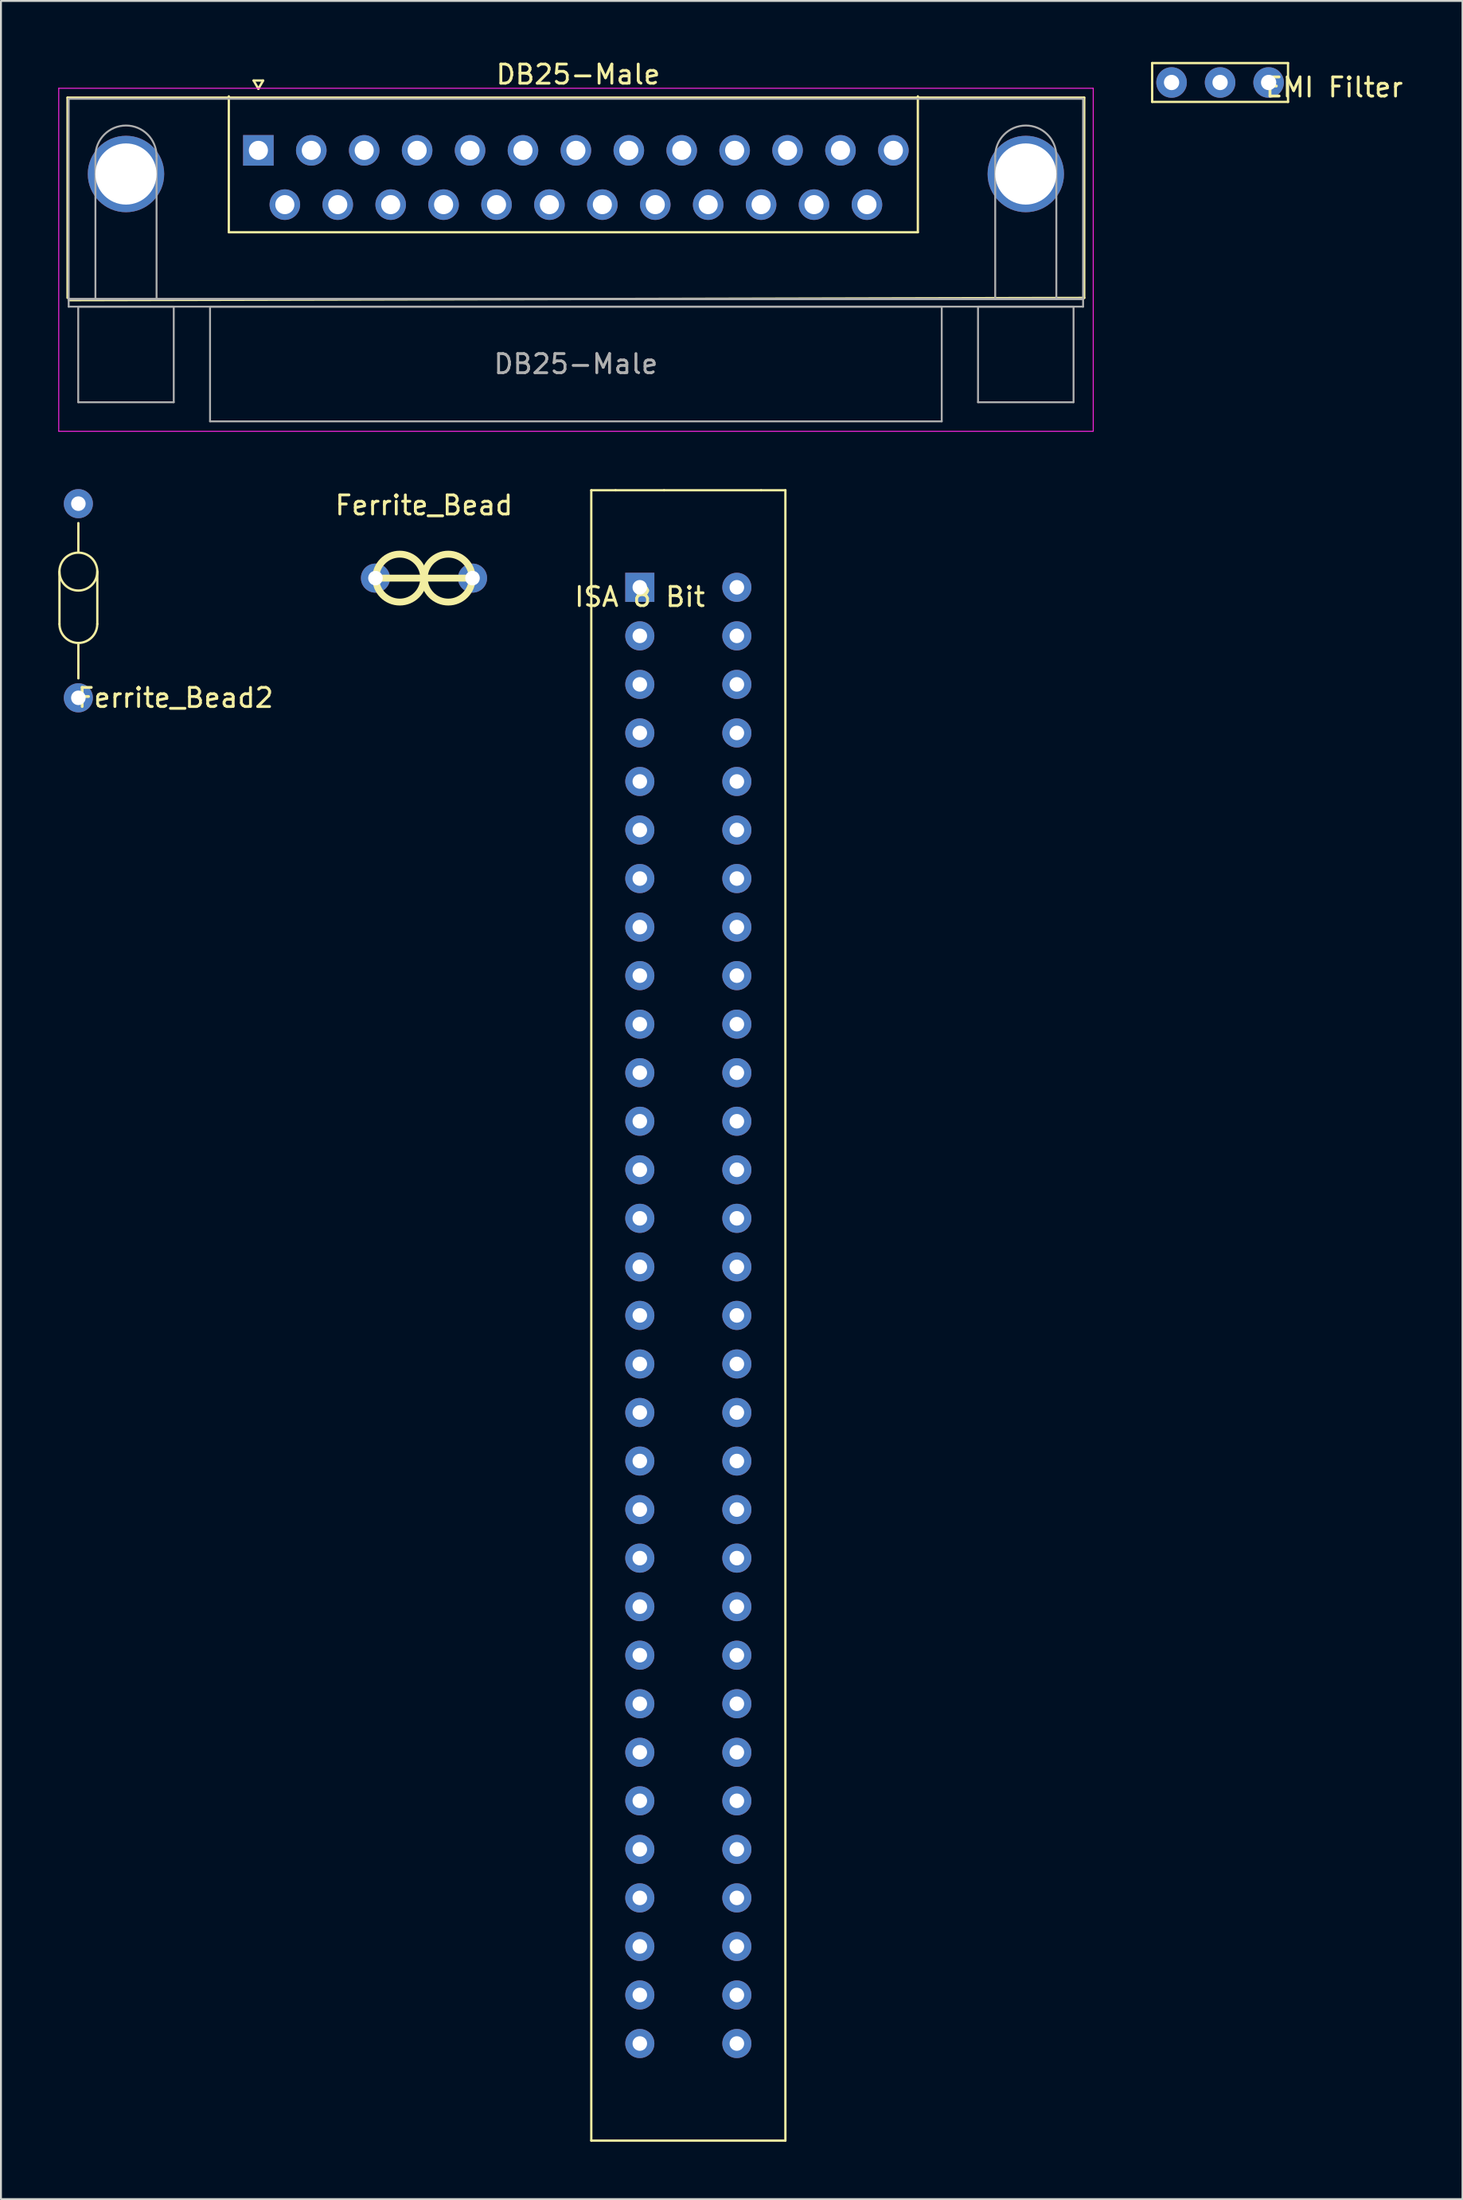
<source format=kicad_pcb>
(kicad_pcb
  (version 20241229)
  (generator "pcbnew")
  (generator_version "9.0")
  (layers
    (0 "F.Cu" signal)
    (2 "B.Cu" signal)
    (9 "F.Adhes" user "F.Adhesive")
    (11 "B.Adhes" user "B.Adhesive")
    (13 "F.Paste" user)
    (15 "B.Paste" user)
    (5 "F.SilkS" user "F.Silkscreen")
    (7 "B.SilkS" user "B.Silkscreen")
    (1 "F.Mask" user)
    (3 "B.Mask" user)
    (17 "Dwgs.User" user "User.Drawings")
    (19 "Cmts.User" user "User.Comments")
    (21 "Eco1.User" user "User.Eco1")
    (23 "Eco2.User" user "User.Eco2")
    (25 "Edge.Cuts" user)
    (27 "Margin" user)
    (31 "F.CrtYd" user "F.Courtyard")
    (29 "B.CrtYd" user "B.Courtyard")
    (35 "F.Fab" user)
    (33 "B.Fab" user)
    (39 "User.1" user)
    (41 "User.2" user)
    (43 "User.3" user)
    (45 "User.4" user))
  (footprint "ISA 8 Bit"
    (layer "F.Cu")
    (at 30.441 27.683)
    (property "Reference" "ISA 8 Bit" (at 0 0.5 0) (layer "F.SilkS") (effects (font (size 1 1) (thickness 0.15))))
    (attr through_hole)
    (fp_line (start -2.54 -5.08) (end -1.27 -5.08) (stroke (width 0.12) (type solid)) (layer "F.SilkS"))
    (fp_line (start -2.54 81.28) (end -2.54 -5.08) (stroke (width 0.12) (type solid)) (layer "F.SilkS"))
    (fp_line (start -2.54 81.28) (end 7.62 81.28) (stroke (width 0.12) (type solid)) (layer "F.SilkS"))
    (fp_line (start 1.27 -5.08) (end -1.27 -5.08) (stroke (width 0.12) (type solid)) (layer "F.SilkS"))
    (fp_line (start 6.35 -5.08) (end 1.27 -5.08) (stroke (width 0.12) (type solid)) (layer "F.SilkS"))
    (fp_line (start 7.62 -5.08) (end 6.35 -5.08) (stroke (width 0.12) (type solid)) (layer "F.SilkS"))
    (fp_line (start 7.62 -5.08) (end 7.62 81.28) (stroke (width 0.12) (type solid)) (layer "F.SilkS"))
    (pad "1" thru_hole rect (at 0 0) (size 1.524 1.524) (drill 0.762) (layers "*.Cu" "*.Mask"))
    (pad "2" thru_hole circle (at 5.08 0) (size 1.524 1.524) (drill 0.762) (layers "*.Cu" "*.Mask"))
    (pad "3" thru_hole circle (at 0 2.54) (size 1.524 1.524) (drill 0.762) (layers "*.Cu" "*.Mask"))
    (pad "4" thru_hole circle (at 5.08 2.54) (size 1.524 1.524) (drill 0.762) (layers "*.Cu" "*.Mask"))
    (pad "5" thru_hole circle (at 0 5.08) (size 1.524 1.524) (drill 0.762) (layers "*.Cu" "*.Mask"))
    (pad "6" thru_hole circle (at 5.08 5.08) (size 1.524 1.524) (drill 0.762) (layers "*.Cu" "*.Mask"))
    (pad "7" thru_hole circle (at 0 7.62) (size 1.524 1.524) (drill 0.762) (layers "*.Cu" "*.Mask"))
    (pad "8" thru_hole circle (at 5.08 7.62) (size 1.524 1.524) (drill 0.762) (layers "*.Cu" "*.Mask"))
    (pad "9" thru_hole circle (at 0 10.16) (size 1.524 1.524) (drill 0.762) (layers "*.Cu" "*.Mask"))
    (pad "10" thru_hole circle (at 5.08 10.16) (size 1.524 1.524) (drill 0.762) (layers "*.Cu" "*.Mask"))
    (pad "11" thru_hole circle (at 0 12.7) (size 1.524 1.524) (drill 0.762) (layers "*.Cu" "*.Mask"))
    (pad "12" thru_hole circle (at 5.08 12.7) (size 1.524 1.524) (drill 0.762) (layers "*.Cu" "*.Mask"))
    (pad "13" thru_hole circle (at 0 15.24) (size 1.524 1.524) (drill 0.762) (layers "*.Cu" "*.Mask"))
    (pad "14" thru_hole circle (at 5.08 15.24) (size 1.524 1.524) (drill 0.762) (layers "*.Cu" "*.Mask"))
    (pad "15" thru_hole circle (at 0 17.78) (size 1.524 1.524) (drill 0.762) (layers "*.Cu" "*.Mask"))
    (pad "16" thru_hole circle (at 5.08 17.78) (size 1.524 1.524) (drill 0.762) (layers "*.Cu" "*.Mask"))
    (pad "17" thru_hole circle (at 0 20.32) (size 1.524 1.524) (drill 0.762) (layers "*.Cu" "*.Mask"))
    (pad "18" thru_hole circle (at 5.08 20.32) (size 1.524 1.524) (drill 0.762) (layers "*.Cu" "*.Mask"))
    (pad "19" thru_hole circle (at 0 22.86) (size 1.524 1.524) (drill 0.762) (layers "*.Cu" "*.Mask"))
    (pad "20" thru_hole circle (at 5.08 22.86) (size 1.524 1.524) (drill 0.762) (layers "*.Cu" "*.Mask"))
    (pad "21" thru_hole circle (at 0 25.4) (size 1.524 1.524) (drill 0.762) (layers "*.Cu" "*.Mask"))
    (pad "22" thru_hole circle (at 5.08 25.4) (size 1.524 1.524) (drill 0.762) (layers "*.Cu" "*.Mask"))
    (pad "23" thru_hole circle (at 0 27.94) (size 1.524 1.524) (drill 0.762) (layers "*.Cu" "*.Mask"))
    (pad "24" thru_hole circle (at 5.08 27.94) (size 1.524 1.524) (drill 0.762) (layers "*.Cu" "*.Mask"))
    (pad "25" thru_hole circle (at 0 30.48) (size 1.524 1.524) (drill 0.762) (layers "*.Cu" "*.Mask"))
    (pad "26" thru_hole circle (at 5.08 30.48) (size 1.524 1.524) (drill 0.762) (layers "*.Cu" "*.Mask"))
    (pad "27" thru_hole circle (at 0 33.02) (size 1.524 1.524) (drill 0.762) (layers "*.Cu" "*.Mask"))
    (pad "28" thru_hole circle (at 5.08 33.02) (size 1.524 1.524) (drill 0.762) (layers "*.Cu" "*.Mask"))
    (pad "29" thru_hole circle (at 0 35.56) (size 1.524 1.524) (drill 0.762) (layers "*.Cu" "*.Mask"))
    (pad "30" thru_hole circle (at 5.08 35.56) (size 1.524 1.524) (drill 0.762) (layers "*.Cu" "*.Mask"))
    (pad "31" thru_hole circle (at 0 38.1) (size 1.524 1.524) (drill 0.762) (layers "*.Cu" "*.Mask"))
    (pad "32" thru_hole circle (at 5.08 38.1) (size 1.524 1.524) (drill 0.762) (layers "*.Cu" "*.Mask"))
    (pad "33" thru_hole circle (at 0 40.64) (size 1.524 1.524) (drill 0.762) (layers "*.Cu" "*.Mask"))
    (pad "34" thru_hole circle (at 5.08 40.64) (size 1.524 1.524) (drill 0.762) (layers "*.Cu" "*.Mask"))
    (pad "35" thru_hole circle (at 0 43.18) (size 1.524 1.524) (drill 0.762) (layers "*.Cu" "*.Mask"))
    (pad "36" thru_hole circle (at 5.08 43.18) (size 1.524 1.524) (drill 0.762) (layers "*.Cu" "*.Mask"))
    (pad "37" thru_hole circle (at 0 45.72) (size 1.524 1.524) (drill 0.762) (layers "*.Cu" "*.Mask"))
    (pad "38" thru_hole circle (at 5.08 45.72) (size 1.524 1.524) (drill 0.762) (layers "*.Cu" "*.Mask"))
    (pad "39" thru_hole circle (at 0 48.26) (size 1.524 1.524) (drill 0.762) (layers "*.Cu" "*.Mask"))
    (pad "40" thru_hole circle (at 5.08 48.26) (size 1.524 1.524) (drill 0.762) (layers "*.Cu" "*.Mask"))
    (pad "41" thru_hole circle (at 0 50.8) (size 1.524 1.524) (drill 0.762) (layers "*.Cu" "*.Mask"))
    (pad "42" thru_hole circle (at 5.08 50.8) (size 1.524 1.524) (drill 0.762) (layers "*.Cu" "*.Mask"))
    (pad "43" thru_hole circle (at 0 53.34) (size 1.524 1.524) (drill 0.762) (layers "*.Cu" "*.Mask"))
    (pad "44" thru_hole circle (at 5.08 53.34) (size 1.524 1.524) (drill 0.762) (layers "*.Cu" "*.Mask"))
    (pad "45" thru_hole circle (at 0 55.88) (size 1.524 1.524) (drill 0.762) (layers "*.Cu" "*.Mask"))
    (pad "46" thru_hole circle (at 5.08 55.88) (size 1.524 1.524) (drill 0.762) (layers "*.Cu" "*.Mask"))
    (pad "47" thru_hole circle (at 0 58.42) (size 1.524 1.524) (drill 0.762) (layers "*.Cu" "*.Mask"))
    (pad "48" thru_hole circle (at 5.08 58.42) (size 1.524 1.524) (drill 0.762) (layers "*.Cu" "*.Mask"))
    (pad "49" thru_hole circle (at 0 60.96) (size 1.524 1.524) (drill 0.762) (layers "*.Cu" "*.Mask"))
    (pad "50" thru_hole circle (at 5.08 60.96) (size 1.524 1.524) (drill 0.762) (layers "*.Cu" "*.Mask"))
    (pad "51" thru_hole circle (at 0 63.5) (size 1.524 1.524) (drill 0.762) (layers "*.Cu" "*.Mask"))
    (pad "52" thru_hole circle (at 5.08 63.5) (size 1.524 1.524) (drill 0.762) (layers "*.Cu" "*.Mask"))
    (pad "53" thru_hole circle (at 0 66.04) (size 1.524 1.524) (drill 0.762) (layers "*.Cu" "*.Mask"))
    (pad "54" thru_hole circle (at 5.08 66.04) (size 1.524 1.524) (drill 0.762) (layers "*.Cu" "*.Mask"))
    (pad "55" thru_hole circle (at 0 68.58) (size 1.524 1.524) (drill 0.762) (layers "*.Cu" "*.Mask"))
    (pad "56" thru_hole circle (at 5.08 68.58) (size 1.524 1.524) (drill 0.762) (layers "*.Cu" "*.Mask"))
    (pad "57" thru_hole circle (at 0 71.12) (size 1.524 1.524) (drill 0.762) (layers "*.Cu" "*.Mask"))
    (pad "58" thru_hole circle (at 5.08 71.12) (size 1.524 1.524) (drill 0.762) (layers "*.Cu" "*.Mask"))
    (pad "59" thru_hole circle (at 0 73.66) (size 1.524 1.524) (drill 0.762) (layers "*.Cu" "*.Mask"))
    (pad "60" thru_hole circle (at 5.08 73.66) (size 1.524 1.524) (drill 0.762) (layers "*.Cu" "*.Mask"))
    (pad "61" thru_hole circle (at 0 76.2) (size 1.524 1.524) (drill 0.762) (layers "*.Cu" "*.Mask"))
    (pad "62" thru_hole circle (at 5.08 76.2) (size 1.524 1.524) (drill 0.762) (layers "*.Cu" "*.Mask")))
  (footprint "EMI Filter"
    (layer "F.Cu")
    (at 60.435 0.25)
    (property "Reference" "EMI Filter" (at 6.35 1.27 0) (layer "F.SilkS") (effects (font (size 1 1) (thickness 0.15))))
    (attr through_hole)
    (fp_line (start -3.175 0) (end 3.937 0) (stroke (width 0.12) (type solid)) (layer "F.SilkS"))
    (fp_line (start -3.175 2.032) (end -3.175 0) (stroke (width 0.12) (type solid)) (layer "F.SilkS"))
    (fp_line (start 3.937 0) (end 3.937 2.032) (stroke (width 0.12) (type solid)) (layer "F.SilkS"))
    (fp_line (start 3.937 2.032) (end -3.175 2.032) (stroke (width 0.12) (type solid)) (layer "F.SilkS"))
    (pad "1" thru_hole circle (at -2.159 1.016) (size 1.6 1.6) (drill 0.8) (layers "*.Cu" "*.Mask"))
    (pad "2" thru_hole circle (at 2.921 1.016) (size 1.6 1.6) (drill 0.8) (layers "*.Cu" "*.Mask"))
    (pad "3" thru_hole circle (at 0.381 1.016) (size 1.6 1.6) (drill 0.8) (layers "*.Cu" "*.Mask")))
  (footprint "Ferrite_Bead"
    (layer "F.Cu")
    (at 19.144 27.201)
    (property "Reference" "Ferrite_Bead" (at 0 -3.81 0) (layer "F.SilkS") (effects (font (size 1 1) (thickness 0.15))))
    (attr through_hole)
    (fp_line (start -2.524 0) (end 2.524 0) (stroke (width 0.36) (type solid)) (layer "F.SilkS"))
    (fp_circle (center -1.27 0) (end -0.016 0) (stroke (width 0.36) (type solid)) (fill no) (layer "F.SilkS"))
    (fp_circle (center 1.27 0) (end 2.524 0) (stroke (width 0.36) (type solid)) (fill no) (layer "F.SilkS"))
    (pad "1" thru_hole circle (at -2.54 0) (size 1.524 1.524) (drill 0.762) (layers "*.Cu" "*.Mask"))
    (pad "2" thru_hole circle (at 2.54 0) (size 1.524 1.524) (drill 0.762) (layers "*.Cu" "*.Mask")))
  (footprint "DB25-Male"
    (layer "F.Cu")
    (at 27.215 9.103)
    (property "Reference" "DB25-Male" (at 0 -8.255 0) (layer "F.SilkS") (effects (font (size 1 1) (thickness 0.15))))
    (attr through_hole)
    (fp_line (start -26.73 -7.045) (end 26.49 -7.045) (stroke (width 0.12) (type solid)) (layer "F.SilkS"))
    (fp_line (start -26.73 3.435) (end -26.73 -7.045) (stroke (width 0.12) (type solid)) (layer "F.SilkS"))
    (fp_line (start -26.67 3.556) (end 26.49 3.435) (stroke (width 0.12) (type solid)) (layer "F.SilkS"))
    (fp_line (start -18.288 -7.112) (end -18.288 0) (stroke (width 0.12) (type solid)) (layer "F.SilkS"))
    (fp_line (start -18.288 0) (end 17.78 0) (stroke (width 0.12) (type solid)) (layer "F.SilkS"))
    (fp_line (start -16.99 -7.939) (end -16.49 -7.939) (stroke (width 0.12) (type solid)) (layer "F.SilkS"))
    (fp_line (start -16.74 -7.506) (end -16.99 -7.939) (stroke (width 0.12) (type solid)) (layer "F.SilkS"))
    (fp_line (start -16.49 -7.939) (end -16.74 -7.506) (stroke (width 0.12) (type solid)) (layer "F.SilkS"))
    (fp_line (start 17.78 0) (end 17.78 -7.112) (stroke (width 0.12) (type solid)) (layer "F.SilkS"))
    (fp_line (start 26.49 -7.045) (end 26.49 3.435) (stroke (width 0.12) (type solid)) (layer "F.SilkS"))
    (fp_line (start -27.19 -7.535) (end -27.19 10.415) (stroke (width 0.05) (type solid)) (layer "F.CrtYd"))
    (fp_line (start -27.19 10.415) (end 26.96 10.415) (stroke (width 0.05) (type solid)) (layer "F.CrtYd"))
    (fp_line (start 26.96 -7.535) (end -27.19 -7.535) (stroke (width 0.05) (type solid)) (layer "F.CrtYd"))
    (fp_line (start 26.96 10.415) (end 26.96 -7.535) (stroke (width 0.05) (type solid)) (layer "F.CrtYd"))
    (fp_line (start -26.67 -6.985) (end -26.67 3.495) (stroke (width 0.1) (type solid)) (layer "F.Fab"))
    (fp_line (start -26.67 3.495) (end -26.67 3.895) (stroke (width 0.1) (type solid)) (layer "F.Fab"))
    (fp_line (start -26.67 3.495) (end 26.43 3.495) (stroke (width 0.1) (type solid)) (layer "F.Fab"))
    (fp_line (start -26.67 3.895) (end 26.43 3.895) (stroke (width 0.1) (type solid)) (layer "F.Fab"))
    (fp_line (start -26.17 3.895) (end -26.17 8.895) (stroke (width 0.1) (type solid)) (layer "F.Fab"))
    (fp_line (start -26.17 8.895) (end -21.17 8.895) (stroke (width 0.1) (type solid)) (layer "F.Fab"))
    (fp_line (start -25.27 3.495) (end -25.27 -3.985) (stroke (width 0.1) (type solid)) (layer "F.Fab"))
    (fp_line (start -22.07 3.495) (end -22.07 -3.985) (stroke (width 0.1) (type solid)) (layer "F.Fab"))
    (fp_line (start -21.17 3.895) (end -26.17 3.895) (stroke (width 0.1) (type solid)) (layer "F.Fab"))
    (fp_line (start -21.17 8.895) (end -21.17 3.895) (stroke (width 0.1) (type solid)) (layer "F.Fab"))
    (fp_line (start -19.27 3.895) (end -19.27 9.895) (stroke (width 0.1) (type solid)) (layer "F.Fab"))
    (fp_line (start -19.27 9.895) (end 19.03 9.895) (stroke (width 0.1) (type solid)) (layer "F.Fab"))
    (fp_line (start 19.03 3.895) (end -19.27 3.895) (stroke (width 0.1) (type solid)) (layer "F.Fab"))
    (fp_line (start 19.03 9.895) (end 19.03 3.895) (stroke (width 0.1) (type solid)) (layer "F.Fab"))
    (fp_line (start 20.93 3.895) (end 20.93 8.895) (stroke (width 0.1) (type solid)) (layer "F.Fab"))
    (fp_line (start 20.93 8.895) (end 25.93 8.895) (stroke (width 0.1) (type solid)) (layer "F.Fab"))
    (fp_line (start 21.83 3.495) (end 21.83 -3.985) (stroke (width 0.1) (type solid)) (layer "F.Fab"))
    (fp_line (start 25.03 3.495) (end 25.03 -3.985) (stroke (width 0.1) (type solid)) (layer "F.Fab"))
    (fp_line (start 25.93 3.895) (end 20.93 3.895) (stroke (width 0.1) (type solid)) (layer "F.Fab"))
    (fp_line (start 25.93 8.895) (end 25.93 3.895) (stroke (width 0.1) (type solid)) (layer "F.Fab"))
    (fp_line (start 26.43 -6.985) (end -26.67 -6.985) (stroke (width 0.1) (type solid)) (layer "F.Fab"))
    (fp_line (start 26.43 3.495) (end -26.67 3.495) (stroke (width 0.1) (type solid)) (layer "F.Fab"))
    (fp_line (start 26.43 3.495) (end 26.43 -6.985) (stroke (width 0.1) (type solid)) (layer "F.Fab"))
    (fp_line (start 26.43 3.895) (end 26.43 3.495) (stroke (width 0.1) (type solid)) (layer "F.Fab"))
    (fp_arc (start -25.27 -3.985) (mid -23.67 -5.585) (end -22.07 -3.985) (stroke (width 0.1) (type solid)) (layer "F.Fab"))
    (fp_arc (start 21.83 -3.985) (mid 23.43 -5.585) (end 25.03 -3.985) (stroke (width 0.1) (type solid)) (layer "F.Fab"))
    (fp_text user "${REFERENCE}" (at -0.12 6.895 0) (layer "F.Fab") (effects (font (size 1 1) (thickness 0.15))))
    (pad "1" thru_hole rect (at -16.74 -4.285) (size 1.6 1.6) (drill 1) (layers "*.Cu" "*.Mask"))
    (pad "2" thru_hole circle (at -13.97 -4.285) (size 1.6 1.6) (drill 1) (layers "*.Cu" "*.Mask"))
    (pad "3" thru_hole circle (at -11.2 -4.285) (size 1.6 1.6) (drill 1) (layers "*.Cu" "*.Mask"))
    (pad "4" thru_hole circle (at -8.43 -4.285) (size 1.6 1.6) (drill 1) (layers "*.Cu" "*.Mask"))
    (pad "5" thru_hole circle (at -5.66 -4.285) (size 1.6 1.6) (drill 1) (layers "*.Cu" "*.Mask"))
    (pad "6" thru_hole circle (at -2.89 -4.285) (size 1.6 1.6) (drill 1) (layers "*.Cu" "*.Mask"))
    (pad "7" thru_hole circle (at -0.12 -4.285) (size 1.6 1.6) (drill 1) (layers "*.Cu" "*.Mask"))
    (pad "8" thru_hole circle (at 2.65 -4.285) (size 1.6 1.6) (drill 1) (layers "*.Cu" "*.Mask"))
    (pad "9" thru_hole circle (at 5.42 -4.285) (size 1.6 1.6) (drill 1) (layers "*.Cu" "*.Mask"))
    (pad "10" thru_hole circle (at 8.19 -4.285) (size 1.6 1.6) (drill 1) (layers "*.Cu" "*.Mask"))
    (pad "11" thru_hole circle (at 10.96 -4.285) (size 1.6 1.6) (drill 1) (layers "*.Cu" "*.Mask"))
    (pad "12" thru_hole circle (at 13.73 -4.285) (size 1.6 1.6) (drill 1) (layers "*.Cu" "*.Mask"))
    (pad "13" thru_hole circle (at 16.5 -4.285) (size 1.6 1.6) (drill 1) (layers "*.Cu" "*.Mask"))
    (pad "14" thru_hole circle (at -15.355 -1.445) (size 1.6 1.6) (drill 1) (layers "*.Cu" "*.Mask"))
    (pad "15" thru_hole circle (at -12.585 -1.445) (size 1.6 1.6) (drill 1) (layers "*.Cu" "*.Mask"))
    (pad "16" thru_hole circle (at -9.815 -1.445) (size 1.6 1.6) (drill 1) (layers "*.Cu" "*.Mask"))
    (pad "17" thru_hole circle (at -7.045 -1.445) (size 1.6 1.6) (drill 1) (layers "*.Cu" "*.Mask"))
    (pad "18" thru_hole circle (at -4.275 -1.445) (size 1.6 1.6) (drill 1) (layers "*.Cu" "*.Mask"))
    (pad "19" thru_hole circle (at -1.505 -1.445) (size 1.6 1.6) (drill 1) (layers "*.Cu" "*.Mask"))
    (pad "20" thru_hole circle (at 1.265 -1.445) (size 1.6 1.6) (drill 1) (layers "*.Cu" "*.Mask"))
    (pad "21" thru_hole circle (at 4.035 -1.445) (size 1.6 1.6) (drill 1) (layers "*.Cu" "*.Mask"))
    (pad "22" thru_hole circle (at 6.805 -1.445) (size 1.6 1.6) (drill 1) (layers "*.Cu" "*.Mask"))
    (pad "23" thru_hole circle (at 9.575 -1.445) (size 1.6 1.6) (drill 1) (layers "*.Cu" "*.Mask"))
    (pad "24" thru_hole circle (at 12.345 -1.445) (size 1.6 1.6) (drill 1) (layers "*.Cu" "*.Mask"))
    (pad "25" thru_hole circle (at 15.115 -1.445) (size 1.6 1.6) (drill 1) (layers "*.Cu" "*.Mask"))
    (pad "26" thru_hole circle (at -23.67 -3.048) (size 4 4) (drill 3.2) (layers "*.Cu" "*.Mask"))
    (pad "27" thru_hole circle (at 23.43 -3.048) (size 4 4) (drill 3.2) (layers "*.Cu" "*.Mask")))
  (footprint "Ferrite_Bead2"
    (layer "F.Cu")
    (at 1.052 28.385)
    (property "Reference" "Ferrite_Bead2" (at 5.08 5.08 0) (layer "F.SilkS") (effects (font (size 1 1) (thickness 0.15))))
    (attr through_hole)
    (fp_line (start -0.989 -1.524) (end -0.989 1.219) (stroke (width 0.12) (type solid)) (layer "F.SilkS"))
    (fp_line (start 0 -2.54) (end 0 -4.064) (stroke (width 0.12) (type solid)) (layer "F.SilkS"))
    (fp_line (start 0 2.286) (end 0 4.064) (stroke (width 0.12) (type solid)) (layer "F.SilkS"))
    (fp_line (start 0.992 -1.524) (end 0.992 1.219) (stroke (width 0.12) (type solid)) (layer "F.SilkS"))
    (fp_arc (start 0.989299 1.2192) (mid 0 2.208499) (end -0.989299 1.2192) (stroke (width 0.12) (type solid)) (layer "F.SilkS"))
    (fp_circle (center 0 -1.524) (end 0.635 -0.762) (stroke (width 0.12) (type solid)) (fill no) (layer "F.SilkS"))
    (pad "1" thru_hole circle (at 0 -5.08) (size 1.524 1.524) (drill 0.762) (layers "*.Cu" "*.Mask"))
    (pad "2" thru_hole circle (at 0 5.08) (size 1.524 1.524) (drill 0.762) (layers "*.Cu" "*.Mask")))
  (gr_rect
    (start -3 -3)
    (end 73.505 112.023)
    (stroke (width 0.1) (type default))
    (fill no)
    (layer "Edge.Cuts")))
</source>
